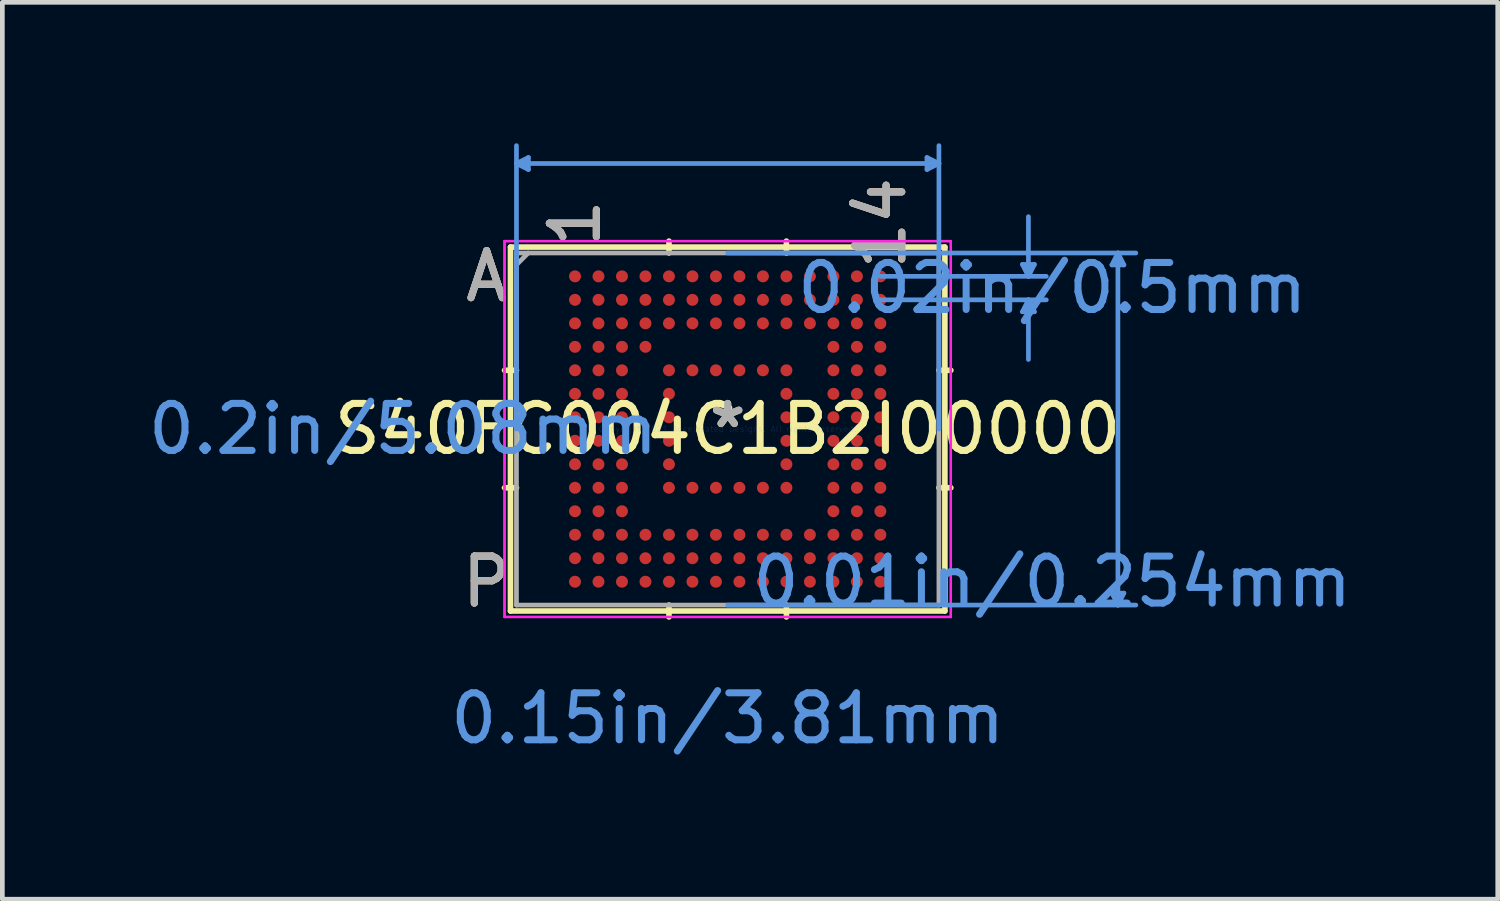
<source format=kicad_pcb>
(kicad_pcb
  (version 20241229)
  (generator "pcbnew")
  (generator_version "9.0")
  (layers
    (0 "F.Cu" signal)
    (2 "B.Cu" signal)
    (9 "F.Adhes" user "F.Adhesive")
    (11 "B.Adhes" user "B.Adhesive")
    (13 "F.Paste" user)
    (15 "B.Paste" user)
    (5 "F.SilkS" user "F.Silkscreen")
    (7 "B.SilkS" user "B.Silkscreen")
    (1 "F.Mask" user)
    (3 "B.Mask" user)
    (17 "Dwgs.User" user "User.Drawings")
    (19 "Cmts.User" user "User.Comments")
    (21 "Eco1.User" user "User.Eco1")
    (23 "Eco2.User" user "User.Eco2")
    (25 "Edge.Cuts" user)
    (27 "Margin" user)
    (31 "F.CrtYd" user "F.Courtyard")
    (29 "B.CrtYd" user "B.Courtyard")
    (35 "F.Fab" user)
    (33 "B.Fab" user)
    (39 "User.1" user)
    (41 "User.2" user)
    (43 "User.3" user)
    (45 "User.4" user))
  (footprint "S40FC004C1B2I00000"
    (layer "F.Cu")
    (at 12.439 6.082)
    (property "Reference" "S40FC004C1B2I00000" (at 0 0 0) (layer "F.SilkS") (effects (font (size 1 1) (thickness 0.15))))
    (attr through_hole)
    (fp_line (start -4.623 -3.873) (end -4.623 3.873) (stroke (width 0.12) (type solid)) (layer "F.SilkS"))
    (fp_line (start -4.623 3.873) (end 4.623 3.873) (stroke (width 0.12) (type solid)) (layer "F.SilkS"))
    (fp_line (start -4.496 -1.25) (end -4.75 -1.25) (stroke (width 0.12) (type solid)) (layer "F.SilkS"))
    (fp_line (start -4.496 1.25) (end -4.75 1.25) (stroke (width 0.12) (type solid)) (layer "F.SilkS"))
    (fp_line (start -1.25 -3.747) (end -1.25 -4) (stroke (width 0.12) (type solid)) (layer "F.SilkS"))
    (fp_line (start -1.25 3.747) (end -1.25 4) (stroke (width 0.12) (type solid)) (layer "F.SilkS"))
    (fp_line (start 1.25 -3.747) (end 1.25 -4) (stroke (width 0.12) (type solid)) (layer "F.SilkS"))
    (fp_line (start 1.25 3.747) (end 1.25 4) (stroke (width 0.12) (type solid)) (layer "F.SilkS"))
    (fp_line (start 4.496 -1.25) (end 4.75 -1.25) (stroke (width 0.12) (type solid)) (layer "F.SilkS"))
    (fp_line (start 4.496 1.25) (end 4.75 1.25) (stroke (width 0.12) (type solid)) (layer "F.SilkS"))
    (fp_line (start 4.623 -3.873) (end -4.623 -3.873) (stroke (width 0.12) (type solid)) (layer "F.SilkS"))
    (fp_line (start 4.623 3.873) (end 4.623 -3.873) (stroke (width 0.12) (type solid)) (layer "F.SilkS"))
    (fp_line (start -4.496 -5.652) (end -4.242 -5.779) (stroke (width 0.1) (type solid)) (layer "Cmts.User"))
    (fp_line (start -4.496 -5.652) (end -4.242 -5.524) (stroke (width 0.1) (type solid)) (layer "Cmts.User"))
    (fp_line (start -4.496 -5.652) (end 4.496 -5.652) (stroke (width 0.1) (type solid)) (layer "Cmts.User"))
    (fp_line (start -4.496 0) (end -4.496 -6.032) (stroke (width 0.1) (type solid)) (layer "Cmts.User"))
    (fp_line (start -4.242 -5.779) (end -4.242 -5.524) (stroke (width 0.1) (type solid)) (layer "Cmts.User"))
    (fp_line (start 0 -3.747) (end 8.687 -3.747) (stroke (width 0.1) (type solid)) (layer "Cmts.User"))
    (fp_line (start 0 3.747) (end 8.687 3.747) (stroke (width 0.1) (type solid)) (layer "Cmts.User"))
    (fp_line (start 3.25 -3.25) (end 6.782 -3.25) (stroke (width 0.1) (type solid)) (layer "Cmts.User"))
    (fp_line (start 3.25 -2.75) (end 6.782 -2.75) (stroke (width 0.1) (type solid)) (layer "Cmts.User"))
    (fp_line (start 4.242 -5.779) (end 4.242 -5.524) (stroke (width 0.1) (type solid)) (layer "Cmts.User"))
    (fp_line (start 4.496 -5.652) (end 4.242 -5.779) (stroke (width 0.1) (type solid)) (layer "Cmts.User"))
    (fp_line (start 4.496 -5.652) (end 4.242 -5.524) (stroke (width 0.1) (type solid)) (layer "Cmts.User"))
    (fp_line (start 4.496 0) (end 4.496 -6.032) (stroke (width 0.1) (type solid)) (layer "Cmts.User"))
    (fp_line (start 6.274 -3.504) (end 6.528 -3.504) (stroke (width 0.1) (type solid)) (layer "Cmts.User"))
    (fp_line (start 6.274 -2.496) (end 6.528 -2.496) (stroke (width 0.1) (type solid)) (layer "Cmts.User"))
    (fp_line (start 6.401 -3.25) (end 6.274 -3.504) (stroke (width 0.1) (type solid)) (layer "Cmts.User"))
    (fp_line (start 6.401 -3.25) (end 6.401 -4.52) (stroke (width 0.1) (type solid)) (layer "Cmts.User"))
    (fp_line (start 6.401 -3.25) (end 6.528 -3.504) (stroke (width 0.1) (type solid)) (layer "Cmts.User"))
    (fp_line (start 6.401 -2.75) (end 6.274 -2.496) (stroke (width 0.1) (type solid)) (layer "Cmts.User"))
    (fp_line (start 6.401 -2.75) (end 6.401 -1.48) (stroke (width 0.1) (type solid)) (layer "Cmts.User"))
    (fp_line (start 6.401 -2.75) (end 6.528 -2.496) (stroke (width 0.1) (type solid)) (layer "Cmts.User"))
    (fp_line (start 8.179 -3.493) (end 8.433 -3.493) (stroke (width 0.1) (type solid)) (layer "Cmts.User"))
    (fp_line (start 8.179 3.493) (end 8.433 3.493) (stroke (width 0.1) (type solid)) (layer "Cmts.User"))
    (fp_line (start 8.306 -3.747) (end 8.179 -3.493) (stroke (width 0.1) (type solid)) (layer "Cmts.User"))
    (fp_line (start 8.306 -3.747) (end 8.306 3.747) (stroke (width 0.1) (type solid)) (layer "Cmts.User"))
    (fp_line (start 8.306 -3.747) (end 8.433 -3.493) (stroke (width 0.1) (type solid)) (layer "Cmts.User"))
    (fp_line (start 8.306 3.747) (end 8.179 3.493) (stroke (width 0.1) (type solid)) (layer "Cmts.User"))
    (fp_line (start 8.306 3.747) (end 8.433 3.493) (stroke (width 0.1) (type solid)) (layer "Cmts.User"))
    (fp_line (start -4.75 -4) (end 4.75 -4) (stroke (width 0.05) (type solid)) (layer "F.CrtYd"))
    (fp_line (start -4.75 -4) (end 4.75 -4) (stroke (width 0.05) (type solid)) (layer "F.CrtYd"))
    (fp_line (start -4.75 4) (end -4.75 -4) (stroke (width 0.05) (type solid)) (layer "F.CrtYd"))
    (fp_line (start -4.75 4) (end -4.75 -4) (stroke (width 0.05) (type solid)) (layer "F.CrtYd"))
    (fp_line (start 4.75 -4) (end 4.75 4) (stroke (width 0.05) (type solid)) (layer "F.CrtYd"))
    (fp_line (start 4.75 -4) (end 4.75 4) (stroke (width 0.05) (type solid)) (layer "F.CrtYd"))
    (fp_line (start 4.75 4) (end -4.75 4) (stroke (width 0.05) (type solid)) (layer "F.CrtYd"))
    (fp_line (start 4.75 4) (end -4.75 4) (stroke (width 0.05) (type solid)) (layer "F.CrtYd"))
    (fp_line (start -4.496 -3.747) (end -4.496 3.747) (stroke (width 0.1) (type solid)) (layer "F.Fab"))
    (fp_line (start -4.496 3.747) (end 4.496 3.747) (stroke (width 0.1) (type solid)) (layer "F.Fab"))
    (fp_line (start -4.246 -3.747) (end -4.496 -3.497) (stroke (width 0.1) (type solid)) (layer "F.Fab"))
    (fp_line (start 4.496 -3.747) (end -4.496 -3.747) (stroke (width 0.1) (type solid)) (layer "F.Fab"))
    (fp_line (start 4.496 3.747) (end 4.496 -3.747) (stroke (width 0.1) (type solid)) (layer "F.Fab"))
    (fp_text user "14" (at 3.25 -4.381 90) (layer "F.SilkS") (effects (font (size 1 1) (thickness 0.15))))
    (fp_text user "P" (at -5.131 3.25 0) (layer "F.SilkS") (effects (font (size 1 1) (thickness 0.15))))
    (fp_text user "1" (at -3.25 -4.381 90) (layer "F.SilkS") (effects (font (size 1 1) (thickness 0.15))))
    (fp_text user "*" (at 0 0 0) (layer "F.SilkS") (effects (font (size 1 1) (thickness 0.15))))
    (fp_text user "A" (at -5.131 -3.25 0) (layer "F.SilkS") (effects (font (size 1 1) (thickness 0.15))))
    (fp_text user "14" (at 3.25 -4.381 90) (layer "B.SilkS") (effects (font (size 1 1) (thickness 0.15))))
    (fp_text user "1" (at -3.25 -4.381 90) (layer "B.SilkS") (effects (font (size 1 1) (thickness 0.15))))
    (fp_text user "P" (at -5.131 3.25 0) (layer "B.SilkS") (effects (font (size 1 1) (thickness 0.15))))
    (fp_text user "A" (at -5.131 -3.25 0) (layer "B.SilkS") (effects (font (size 1 1) (thickness 0.15))))
    (fp_text user "0.02in/0.5mm" (at 6.909 -3 0) (layer "Cmts.User") (effects (font (size 1 1) (thickness 0.15))))
    (fp_text user "0.2in/5.08mm" (at -6.909 0 0) (layer "Cmts.User") (effects (font (size 1 1) (thickness 0.15))))
    (fp_text user "Copyright 2021 Accelerated Designs. All rights reserved." (at 0 0 0) (layer "Cmts.User") (effects (font (size 0.127 0.127) (thickness 0.002))))
    (fp_text user "0.01in/0.254mm" (at 6.909 3.25 0) (layer "Cmts.User") (effects (font (size 1 1) (thickness 0.15))))
    (fp_text user "0.15in/3.81mm" (at 0 6.16 0) (layer "Cmts.User") (effects (font (size 1 1) (thickness 0.15))))
    (fp_text user "1" (at -3.25 -4.381 90) (layer "F.Fab") (effects (font (size 1 1) (thickness 0.15))))
    (fp_text user "*" (at 0 0 0) (layer "F.Fab") (effects (font (size 1 1) (thickness 0.15))))
    (fp_text user "P" (at -5.131 3.25 0) (layer "F.Fab") (effects (font (size 1 1) (thickness 0.15))))
    (fp_text user "A" (at -5.131 -3.25 0) (layer "F.Fab") (effects (font (size 1 1) (thickness 0.15))))
    (fp_text user "14" (at 3.25 -4.381 90) (layer "F.Fab") (effects (font (size 1 1) (thickness 0.15))))
    (pad "A1" smd circle (at -3.25 -3.25) (size 0.254 0.254) (layers "F.Cu" "F.Mask" "F.Paste"))
    (pad "A2" smd circle (at -2.75 -3.25) (size 0.254 0.254) (layers "F.Cu" "F.Mask" "F.Paste"))
    (pad "A3" smd circle (at -2.25 -3.25) (size 0.254 0.254) (layers "F.Cu" "F.Mask" "F.Paste"))
    (pad "A4" smd circle (at -1.75 -3.25) (size 0.254 0.254) (layers "F.Cu" "F.Mask" "F.Paste"))
    (pad "A5" smd circle (at -1.25 -3.25) (size 0.254 0.254) (layers "F.Cu" "F.Mask" "F.Paste"))
    (pad "A6" smd circle (at -0.75 -3.25) (size 0.254 0.254) (layers "F.Cu" "F.Mask" "F.Paste"))
    (pad "A7" smd circle (at -0.25 -3.25) (size 0.254 0.254) (layers "F.Cu" "F.Mask" "F.Paste"))
    (pad "A8" smd circle (at 0.25 -3.25) (size 0.254 0.254) (layers "F.Cu" "F.Mask" "F.Paste"))
    (pad "A9" smd circle (at 0.75 -3.25) (size 0.254 0.254) (layers "F.Cu" "F.Mask" "F.Paste"))
    (pad "A10" smd circle (at 1.25 -3.25) (size 0.254 0.254) (layers "F.Cu" "F.Mask" "F.Paste"))
    (pad "A11" smd circle (at 1.75 -3.25) (size 0.254 0.254) (layers "F.Cu" "F.Mask" "F.Paste"))
    (pad "A12" smd circle (at 2.25 -3.25) (size 0.254 0.254) (layers "F.Cu" "F.Mask" "F.Paste"))
    (pad "A13" smd circle (at 2.75 -3.25) (size 0.254 0.254) (layers "F.Cu" "F.Mask" "F.Paste"))
    (pad "A14" smd circle (at 3.25 -3.25) (size 0.254 0.254) (layers "F.Cu" "F.Mask" "F.Paste"))
    (pad "B1" smd circle (at -3.25 -2.75) (size 0.254 0.254) (layers "F.Cu" "F.Mask" "F.Paste"))
    (pad "B2" smd circle (at -2.75 -2.75) (size 0.254 0.254) (layers "F.Cu" "F.Mask" "F.Paste"))
    (pad "B3" smd circle (at -2.25 -2.75) (size 0.254 0.254) (layers "F.Cu" "F.Mask" "F.Paste"))
    (pad "B4" smd circle (at -1.75 -2.75) (size 0.254 0.254) (layers "F.Cu" "F.Mask" "F.Paste"))
    (pad "B5" smd circle (at -1.25 -2.75) (size 0.254 0.254) (layers "F.Cu" "F.Mask" "F.Paste"))
    (pad "B6" smd circle (at -0.75 -2.75) (size 0.254 0.254) (layers "F.Cu" "F.Mask" "F.Paste"))
    (pad "B7" smd circle (at -0.25 -2.75) (size 0.254 0.254) (layers "F.Cu" "F.Mask" "F.Paste"))
    (pad "B8" smd circle (at 0.25 -2.75) (size 0.254 0.254) (layers "F.Cu" "F.Mask" "F.Paste"))
    (pad "B9" smd circle (at 0.75 -2.75) (size 0.254 0.254) (layers "F.Cu" "F.Mask" "F.Paste"))
    (pad "B10" smd circle (at 1.25 -2.75) (size 0.254 0.254) (layers "F.Cu" "F.Mask" "F.Paste"))
    (pad "B11" smd circle (at 1.75 -2.75) (size 0.254 0.254) (layers "F.Cu" "F.Mask" "F.Paste"))
    (pad "B12" smd circle (at 2.25 -2.75) (size 0.254 0.254) (layers "F.Cu" "F.Mask" "F.Paste"))
    (pad "B13" smd circle (at 2.75 -2.75) (size 0.254 0.254) (layers "F.Cu" "F.Mask" "F.Paste"))
    (pad "B14" smd circle (at 3.25 -2.75) (size 0.254 0.254) (layers "F.Cu" "F.Mask" "F.Paste"))
    (pad "C1" smd circle (at -3.25 -2.25) (size 0.254 0.254) (layers "F.Cu" "F.Mask" "F.Paste"))
    (pad "C2" smd circle (at -2.75 -2.25) (size 0.254 0.254) (layers "F.Cu" "F.Mask" "F.Paste"))
    (pad "C3" smd circle (at -2.25 -2.25) (size 0.254 0.254) (layers "F.Cu" "F.Mask" "F.Paste"))
    (pad "C4" smd circle (at -1.75 -2.25) (size 0.254 0.254) (layers "F.Cu" "F.Mask" "F.Paste"))
    (pad "C5" smd circle (at -1.25 -2.25) (size 0.254 0.254) (layers "F.Cu" "F.Mask" "F.Paste"))
    (pad "C6" smd circle (at -0.75 -2.25) (size 0.254 0.254) (layers "F.Cu" "F.Mask" "F.Paste"))
    (pad "C7" smd circle (at -0.25 -2.25) (size 0.254 0.254) (layers "F.Cu" "F.Mask" "F.Paste"))
    (pad "C8" smd circle (at 0.25 -2.25) (size 0.254 0.254) (layers "F.Cu" "F.Mask" "F.Paste"))
    (pad "C9" smd circle (at 0.75 -2.25) (size 0.254 0.254) (layers "F.Cu" "F.Mask" "F.Paste"))
    (pad "C10" smd circle (at 1.25 -2.25) (size 0.254 0.254) (layers "F.Cu" "F.Mask" "F.Paste"))
    (pad "C11" smd circle (at 1.75 -2.25) (size 0.254 0.254) (layers "F.Cu" "F.Mask" "F.Paste"))
    (pad "C12" smd circle (at 2.25 -2.25) (size 0.254 0.254) (layers "F.Cu" "F.Mask" "F.Paste"))
    (pad "C13" smd circle (at 2.75 -2.25) (size 0.254 0.254) (layers "F.Cu" "F.Mask" "F.Paste"))
    (pad "C14" smd circle (at 3.25 -2.25) (size 0.254 0.254) (layers "F.Cu" "F.Mask" "F.Paste"))
    (pad "D1" smd circle (at -3.25 -1.75) (size 0.254 0.254) (layers "F.Cu" "F.Mask" "F.Paste"))
    (pad "D2" smd circle (at -2.75 -1.75) (size 0.254 0.254) (layers "F.Cu" "F.Mask" "F.Paste"))
    (pad "D3" smd circle (at -2.25 -1.75) (size 0.254 0.254) (layers "F.Cu" "F.Mask" "F.Paste"))
    (pad "D4" smd circle (at -1.75 -1.75) (size 0.254 0.254) (layers "F.Cu" "F.Mask" "F.Paste"))
    (pad "D12" smd circle (at 2.25 -1.75) (size 0.254 0.254) (layers "F.Cu" "F.Mask" "F.Paste"))
    (pad "D13" smd circle (at 2.75 -1.75) (size 0.254 0.254) (layers "F.Cu" "F.Mask" "F.Paste"))
    (pad "D14" smd circle (at 3.25 -1.75) (size 0.254 0.254) (layers "F.Cu" "F.Mask" "F.Paste"))
    (pad "E1" smd circle (at -3.25 -1.25) (size 0.254 0.254) (layers "F.Cu" "F.Mask" "F.Paste"))
    (pad "E2" smd circle (at -2.75 -1.25) (size 0.254 0.254) (layers "F.Cu" "F.Mask" "F.Paste"))
    (pad "E3" smd circle (at -2.25 -1.25) (size 0.254 0.254) (layers "F.Cu" "F.Mask" "F.Paste"))
    (pad "E5" smd circle (at -1.25 -1.25) (size 0.254 0.254) (layers "F.Cu" "F.Mask" "F.Paste"))
    (pad "E6" smd circle (at -0.75 -1.25) (size 0.254 0.254) (layers "F.Cu" "F.Mask" "F.Paste"))
    (pad "E7" smd circle (at -0.25 -1.25) (size 0.254 0.254) (layers "F.Cu" "F.Mask" "F.Paste"))
    (pad "E8" smd circle (at 0.25 -1.25) (size 0.254 0.254) (layers "F.Cu" "F.Mask" "F.Paste"))
    (pad "E9" smd circle (at 0.75 -1.25) (size 0.254 0.254) (layers "F.Cu" "F.Mask" "F.Paste"))
    (pad "E10" smd circle (at 1.25 -1.25) (size 0.254 0.254) (layers "F.Cu" "F.Mask" "F.Paste"))
    (pad "E12" smd circle (at 2.25 -1.25) (size 0.254 0.254) (layers "F.Cu" "F.Mask" "F.Paste"))
    (pad "E13" smd circle (at 2.75 -1.25) (size 0.254 0.254) (layers "F.Cu" "F.Mask" "F.Paste"))
    (pad "E14" smd circle (at 3.25 -1.25) (size 0.254 0.254) (layers "F.Cu" "F.Mask" "F.Paste"))
    (pad "F1" smd circle (at -3.25 -0.75) (size 0.254 0.254) (layers "F.Cu" "F.Mask" "F.Paste"))
    (pad "F2" smd circle (at -2.75 -0.75) (size 0.254 0.254) (layers "F.Cu" "F.Mask" "F.Paste"))
    (pad "F3" smd circle (at -2.25 -0.75) (size 0.254 0.254) (layers "F.Cu" "F.Mask" "F.Paste"))
    (pad "F5" smd circle (at -1.25 -0.75) (size 0.254 0.254) (layers "F.Cu" "F.Mask" "F.Paste"))
    (pad "F10" smd circle (at 1.25 -0.75) (size 0.254 0.254) (layers "F.Cu" "F.Mask" "F.Paste"))
    (pad "F12" smd circle (at 2.25 -0.75) (size 0.254 0.254) (layers "F.Cu" "F.Mask" "F.Paste"))
    (pad "F13" smd circle (at 2.75 -0.75) (size 0.254 0.254) (layers "F.Cu" "F.Mask" "F.Paste"))
    (pad "F14" smd circle (at 3.25 -0.75) (size 0.254 0.254) (layers "F.Cu" "F.Mask" "F.Paste"))
    (pad "G1" smd circle (at -3.25 -0.25) (size 0.254 0.254) (layers "F.Cu" "F.Mask" "F.Paste"))
    (pad "G2" smd circle (at -2.75 -0.25) (size 0.254 0.254) (layers "F.Cu" "F.Mask" "F.Paste"))
    (pad "G3" smd circle (at -2.25 -0.25) (size 0.254 0.254) (layers "F.Cu" "F.Mask" "F.Paste"))
    (pad "G5" smd circle (at -1.25 -0.25) (size 0.254 0.254) (layers "F.Cu" "F.Mask" "F.Paste"))
    (pad "G10" smd circle (at 1.25 -0.25) (size 0.254 0.254) (layers "F.Cu" "F.Mask" "F.Paste"))
    (pad "G12" smd circle (at 2.25 -0.25) (size 0.254 0.254) (layers "F.Cu" "F.Mask" "F.Paste"))
    (pad "G13" smd circle (at 2.75 -0.25) (size 0.254 0.254) (layers "F.Cu" "F.Mask" "F.Paste"))
    (pad "G14" smd circle (at 3.25 -0.25) (size 0.254 0.254) (layers "F.Cu" "F.Mask" "F.Paste"))
    (pad "H1" smd circle (at -3.25 0.25) (size 0.254 0.254) (layers "F.Cu" "F.Mask" "F.Paste"))
    (pad "H2" smd circle (at -2.75 0.25) (size 0.254 0.254) (layers "F.Cu" "F.Mask" "F.Paste"))
    (pad "H3" smd circle (at -2.25 0.25) (size 0.254 0.254) (layers "F.Cu" "F.Mask" "F.Paste"))
    (pad "H5" smd circle (at -1.25 0.25) (size 0.254 0.254) (layers "F.Cu" "F.Mask" "F.Paste"))
    (pad "H10" smd circle (at 1.25 0.25) (size 0.254 0.254) (layers "F.Cu" "F.Mask" "F.Paste"))
    (pad "H12" smd circle (at 2.25 0.25) (size 0.254 0.254) (layers "F.Cu" "F.Mask" "F.Paste"))
    (pad "H13" smd circle (at 2.75 0.25) (size 0.254 0.254) (layers "F.Cu" "F.Mask" "F.Paste"))
    (pad "H14" smd circle (at 3.25 0.25) (size 0.254 0.254) (layers "F.Cu" "F.Mask" "F.Paste"))
    (pad "J1" smd circle (at -3.25 0.75) (size 0.254 0.254) (layers "F.Cu" "F.Mask" "F.Paste"))
    (pad "J2" smd circle (at -2.75 0.75) (size 0.254 0.254) (layers "F.Cu" "F.Mask" "F.Paste"))
    (pad "J3" smd circle (at -2.25 0.75) (size 0.254 0.254) (layers "F.Cu" "F.Mask" "F.Paste"))
    (pad "J5" smd circle (at -1.25 0.75) (size 0.254 0.254) (layers "F.Cu" "F.Mask" "F.Paste"))
    (pad "J10" smd circle (at 1.25 0.75) (size 0.254 0.254) (layers "F.Cu" "F.Mask" "F.Paste"))
    (pad "J12" smd circle (at 2.25 0.75) (size 0.254 0.254) (layers "F.Cu" "F.Mask" "F.Paste"))
    (pad "J13" smd circle (at 2.75 0.75) (size 0.254 0.254) (layers "F.Cu" "F.Mask" "F.Paste"))
    (pad "J14" smd circle (at 3.25 0.75) (size 0.254 0.254) (layers "F.Cu" "F.Mask" "F.Paste"))
    (pad "K1" smd circle (at -3.25 1.25) (size 0.254 0.254) (layers "F.Cu" "F.Mask" "F.Paste"))
    (pad "K2" smd circle (at -2.75 1.25) (size 0.254 0.254) (layers "F.Cu" "F.Mask" "F.Paste"))
    (pad "K3" smd circle (at -2.25 1.25) (size 0.254 0.254) (layers "F.Cu" "F.Mask" "F.Paste"))
    (pad "K5" smd circle (at -1.25 1.25) (size 0.254 0.254) (layers "F.Cu" "F.Mask" "F.Paste"))
    (pad "K6" smd circle (at -0.75 1.25) (size 0.254 0.254) (layers "F.Cu" "F.Mask" "F.Paste"))
    (pad "K7" smd circle (at -0.25 1.25) (size 0.254 0.254) (layers "F.Cu" "F.Mask" "F.Paste"))
    (pad "K8" smd circle (at 0.25 1.25) (size 0.254 0.254) (layers "F.Cu" "F.Mask" "F.Paste"))
    (pad "K9" smd circle (at 0.75 1.25) (size 0.254 0.254) (layers "F.Cu" "F.Mask" "F.Paste"))
    (pad "K10" smd circle (at 1.25 1.25) (size 0.254 0.254) (layers "F.Cu" "F.Mask" "F.Paste"))
    (pad "K12" smd circle (at 2.25 1.25) (size 0.254 0.254) (layers "F.Cu" "F.Mask" "F.Paste"))
    (pad "K13" smd circle (at 2.75 1.25) (size 0.254 0.254) (layers "F.Cu" "F.Mask" "F.Paste"))
    (pad "K14" smd circle (at 3.25 1.25) (size 0.254 0.254) (layers "F.Cu" "F.Mask" "F.Paste"))
    (pad "L1" smd circle (at -3.25 1.75) (size 0.254 0.254) (layers "F.Cu" "F.Mask" "F.Paste"))
    (pad "L2" smd circle (at -2.75 1.75) (size 0.254 0.254) (layers "F.Cu" "F.Mask" "F.Paste"))
    (pad "L3" smd circle (at -2.25 1.75) (size 0.254 0.254) (layers "F.Cu" "F.Mask" "F.Paste"))
    (pad "L12" smd circle (at 2.25 1.75) (size 0.254 0.254) (layers "F.Cu" "F.Mask" "F.Paste"))
    (pad "L13" smd circle (at 2.75 1.75) (size 0.254 0.254) (layers "F.Cu" "F.Mask" "F.Paste"))
    (pad "L14" smd circle (at 3.25 1.75) (size 0.254 0.254) (layers "F.Cu" "F.Mask" "F.Paste"))
    (pad "M1" smd circle (at -3.25 2.25) (size 0.254 0.254) (layers "F.Cu" "F.Mask" "F.Paste"))
    (pad "M2" smd circle (at -2.75 2.25) (size 0.254 0.254) (layers "F.Cu" "F.Mask" "F.Paste"))
    (pad "M3" smd circle (at -2.25 2.25) (size 0.254 0.254) (layers "F.Cu" "F.Mask" "F.Paste"))
    (pad "M4" smd circle (at -1.75 2.25) (size 0.254 0.254) (layers "F.Cu" "F.Mask" "F.Paste"))
    (pad "M5" smd circle (at -1.25 2.25) (size 0.254 0.254) (layers "F.Cu" "F.Mask" "F.Paste"))
    (pad "M6" smd circle (at -0.75 2.25) (size 0.254 0.254) (layers "F.Cu" "F.Mask" "F.Paste"))
    (pad "M7" smd circle (at -0.25 2.25) (size 0.254 0.254) (layers "F.Cu" "F.Mask" "F.Paste"))
    (pad "M8" smd circle (at 0.25 2.25) (size 0.254 0.254) (layers "F.Cu" "F.Mask" "F.Paste"))
    (pad "M9" smd circle (at 0.75 2.25) (size 0.254 0.254) (layers "F.Cu" "F.Mask" "F.Paste"))
    (pad "M10" smd circle (at 1.25 2.25) (size 0.254 0.254) (layers "F.Cu" "F.Mask" "F.Paste"))
    (pad "M11" smd circle (at 1.75 2.25) (size 0.254 0.254) (layers "F.Cu" "F.Mask" "F.Paste"))
    (pad "M12" smd circle (at 2.25 2.25) (size 0.254 0.254) (layers "F.Cu" "F.Mask" "F.Paste"))
    (pad "M13" smd circle (at 2.75 2.25) (size 0.254 0.254) (layers "F.Cu" "F.Mask" "F.Paste"))
    (pad "M14" smd circle (at 3.25 2.25) (size 0.254 0.254) (layers "F.Cu" "F.Mask" "F.Paste"))
    (pad "N1" smd circle (at -3.25 2.75) (size 0.254 0.254) (layers "F.Cu" "F.Mask" "F.Paste"))
    (pad "N2" smd circle (at -2.75 2.75) (size 0.254 0.254) (layers "F.Cu" "F.Mask" "F.Paste"))
    (pad "N3" smd circle (at -2.25 2.75) (size 0.254 0.254) (layers "F.Cu" "F.Mask" "F.Paste"))
    (pad "N4" smd circle (at -1.75 2.75) (size 0.254 0.254) (layers "F.Cu" "F.Mask" "F.Paste"))
    (pad "N5" smd circle (at -1.25 2.75) (size 0.254 0.254) (layers "F.Cu" "F.Mask" "F.Paste"))
    (pad "N6" smd circle (at -0.75 2.75) (size 0.254 0.254) (layers "F.Cu" "F.Mask" "F.Paste"))
    (pad "N7" smd circle (at -0.25 2.75) (size 0.254 0.254) (layers "F.Cu" "F.Mask" "F.Paste"))
    (pad "N8" smd circle (at 0.25 2.75) (size 0.254 0.254) (layers "F.Cu" "F.Mask" "F.Paste"))
    (pad "N9" smd circle (at 0.75 2.75) (size 0.254 0.254) (layers "F.Cu" "F.Mask" "F.Paste"))
    (pad "N10" smd circle (at 1.25 2.75) (size 0.254 0.254) (layers "F.Cu" "F.Mask" "F.Paste"))
    (pad "N11" smd circle (at 1.75 2.75) (size 0.254 0.254) (layers "F.Cu" "F.Mask" "F.Paste"))
    (pad "N12" smd circle (at 2.25 2.75) (size 0.254 0.254) (layers "F.Cu" "F.Mask" "F.Paste"))
    (pad "N13" smd circle (at 2.75 2.75) (size 0.254 0.254) (layers "F.Cu" "F.Mask" "F.Paste"))
    (pad "N14" smd circle (at 3.25 2.75) (size 0.254 0.254) (layers "F.Cu" "F.Mask" "F.Paste"))
    (pad "P1" smd circle (at -3.25 3.25) (size 0.254 0.254) (layers "F.Cu" "F.Mask" "F.Paste"))
    (pad "P2" smd circle (at -2.75 3.25) (size 0.254 0.254) (layers "F.Cu" "F.Mask" "F.Paste"))
    (pad "P3" smd circle (at -2.25 3.25) (size 0.254 0.254) (layers "F.Cu" "F.Mask" "F.Paste"))
    (pad "P4" smd circle (at -1.75 3.25) (size 0.254 0.254) (layers "F.Cu" "F.Mask" "F.Paste"))
    (pad "P5" smd circle (at -1.25 3.25) (size 0.254 0.254) (layers "F.Cu" "F.Mask" "F.Paste"))
    (pad "P6" smd circle (at -0.75 3.25) (size 0.254 0.254) (layers "F.Cu" "F.Mask" "F.Paste"))
    (pad "P7" smd circle (at -0.25 3.25) (size 0.254 0.254) (layers "F.Cu" "F.Mask" "F.Paste"))
    (pad "P8" smd circle (at 0.25 3.25) (size 0.254 0.254) (layers "F.Cu" "F.Mask" "F.Paste"))
    (pad "P9" smd circle (at 0.75 3.25) (size 0.254 0.254) (layers "F.Cu" "F.Mask" "F.Paste"))
    (pad "P10" smd circle (at 1.25 3.25) (size 0.254 0.254) (layers "F.Cu" "F.Mask" "F.Paste"))
    (pad "P11" smd circle (at 1.75 3.25) (size 0.254 0.254) (layers "F.Cu" "F.Mask" "F.Paste"))
    (pad "P12" smd circle (at 2.25 3.25) (size 0.254 0.254) (layers "F.Cu" "F.Mask" "F.Paste"))
    (pad "P13" smd circle (at 2.75 3.25) (size 0.254 0.254) (layers "F.Cu" "F.Mask" "F.Paste"))
    (pad "P14" smd circle (at 3.25 3.25) (size 0.254 0.254) (layers "F.Cu" "F.Mask" "F.Paste")))
  (gr_rect
    (start -3 -3)
    (end 28.83 16.09)
    (stroke (width 0.1) (type default))
    (fill no)
    (layer "Edge.Cuts")))
</source>
